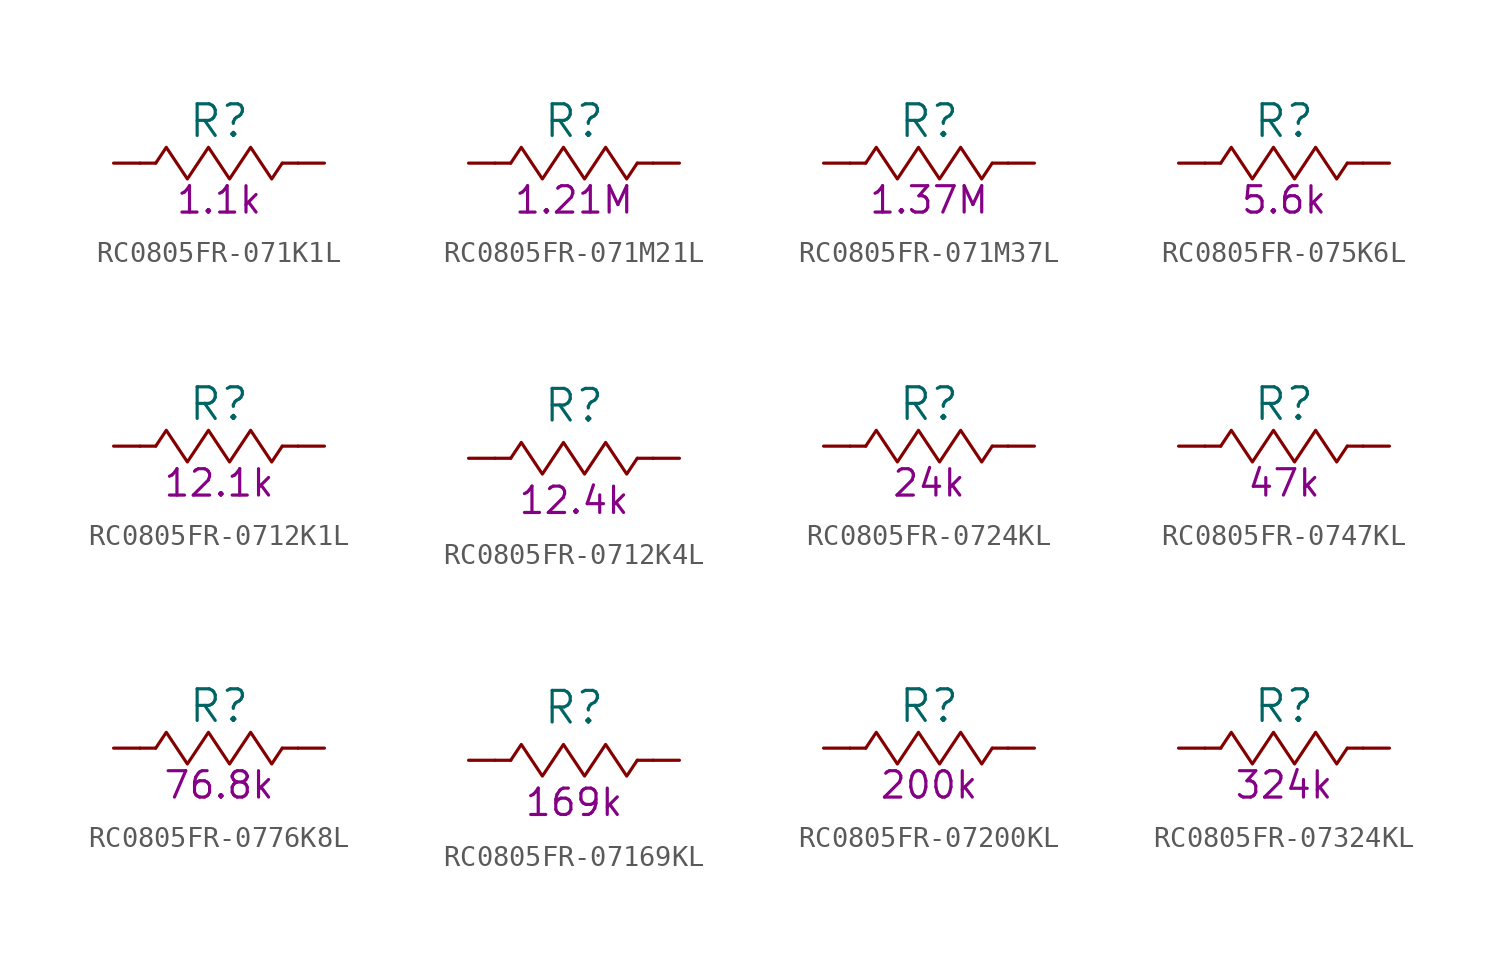
<source format=kicad_sym>
(kicad_symbol_lib
  (version 20220914)
  (generator kicad_symbol_editor)
  (symbol "RC0805FR-071K1L"
    (pin_numbers hide)
    (pin_names
      (offset 0) hide)
    (property "Reference" "R"
      (at 0 2.032 0)
      (effects (font (size 1.524 1.524))))
    (property "Resistance (Ohms)" "1.1k"
      (at 0 -1.778 0)
      (effects (font (size 1.27 1.27))))
    (symbol "RC0805FR-071K1L_0_1"
      (rectangle (start -3.048 0) (end -3.81 0) (stroke (width 0) (type default)) (fill (type none)))
      (polyline (pts (xy -3.048 0) (xy -2.54 0.762) (xy -2.032 0) (xy -1.524 -0.762) (xy -1.016 0) (xy -0.508 0.762) (xy 0 0) (xy 0.508 -0.762) (xy 1.016 0) (xy 1.524 0.762) (xy 2.032 0) (xy 2.54 -0.762) (xy 3.048 0)) (stroke (width 0) (type default)) (fill (type none)))
      (rectangle (start 3.81 0) (end 3.048 0) (stroke (width 0) (type default)) (fill (type none))))
    (symbol "RC0805FR-071K1L_1_1"
      (pin passive line (at -5.08 0 0) (length 1.27) (name "1" (effects (font (size 1.27 1.27)))) (number "1" (effects (font (size 1.27 1.27)))))
      (pin passive line (at 5.08 0 180) (length 1.27) (name "2" (effects (font (size 1.27 1.27)))) (number "2" (effects (font (size 1.27 1.27)))))))
  (symbol "RC0805FR-071M21L"
    (pin_numbers hide)
    (pin_names
      (offset 0) hide)
    (property "Reference" "R"
      (at 0 2.032 0)
      (effects (font (size 1.524 1.524))))
    (property "Resistance (Ohms)" "1.21M"
      (at 0 -1.778 0)
      (effects (font (size 1.27 1.27))))
    (symbol "RC0805FR-071M21L_0_1"
      (rectangle (start -3.048 0) (end -3.81 0) (stroke (width 0) (type default)) (fill (type none)))
      (polyline (pts (xy -3.048 0) (xy -2.54 0.762) (xy -2.032 0) (xy -1.524 -0.762) (xy -1.016 0) (xy -0.508 0.762) (xy 0 0) (xy 0.508 -0.762) (xy 1.016 0) (xy 1.524 0.762) (xy 2.032 0) (xy 2.54 -0.762) (xy 3.048 0)) (stroke (width 0) (type default)) (fill (type none)))
      (rectangle (start 3.81 0) (end 3.048 0) (stroke (width 0) (type default)) (fill (type none))))
    (symbol "RC0805FR-071M21L_1_1"
      (pin passive line (at -5.08 0 0) (length 1.27) (name "1" (effects (font (size 1.27 1.27)))) (number "1" (effects (font (size 1.27 1.27)))))
      (pin passive line (at 5.08 0 180) (length 1.27) (name "2" (effects (font (size 1.27 1.27)))) (number "2" (effects (font (size 1.27 1.27)))))))
  (symbol "RC0805FR-071M37L"
    (pin_numbers hide)
    (pin_names
      (offset 0) hide)
    (property "Reference" "R"
      (at 0 2.032 0)
      (effects (font (size 1.524 1.524))))
    (property "Resistance (Ohms)" "1.37M"
      (at 0 -1.778 0)
      (effects (font (size 1.27 1.27))))
    (symbol "RC0805FR-071M37L_0_1"
      (rectangle (start -3.048 0) (end -3.81 0) (stroke (width 0) (type default)) (fill (type none)))
      (polyline (pts (xy -3.048 0) (xy -2.54 0.762) (xy -2.032 0) (xy -1.524 -0.762) (xy -1.016 0) (xy -0.508 0.762) (xy 0 0) (xy 0.508 -0.762) (xy 1.016 0) (xy 1.524 0.762) (xy 2.032 0) (xy 2.54 -0.762) (xy 3.048 0)) (stroke (width 0) (type default)) (fill (type none)))
      (rectangle (start 3.81 0) (end 3.048 0) (stroke (width 0) (type default)) (fill (type none))))
    (symbol "RC0805FR-071M37L_1_1"
      (pin passive line (at -5.08 0 0) (length 1.27) (name "1" (effects (font (size 1.27 1.27)))) (number "1" (effects (font (size 1.27 1.27)))))
      (pin passive line (at 5.08 0 180) (length 1.27) (name "2" (effects (font (size 1.27 1.27)))) (number "2" (effects (font (size 1.27 1.27)))))))
  (symbol "RC0805FR-075K6L"
    (pin_numbers hide)
    (pin_names
      (offset 0) hide)
    (property "Reference" "R"
      (at 0 2.032 0)
      (effects (font (size 1.524 1.524))))
    (property "Resistance (Ohms)" "5.6k"
      (at 0 -1.778 0)
      (effects (font (size 1.27 1.27))))
    (symbol "RC0805FR-075K6L_0_1"
      (rectangle (start -3.048 0) (end -3.81 0) (stroke (width 0) (type default)) (fill (type none)))
      (polyline (pts (xy -3.048 0) (xy -2.54 0.762) (xy -2.032 0) (xy -1.524 -0.762) (xy -1.016 0) (xy -0.508 0.762) (xy 0 0) (xy 0.508 -0.762) (xy 1.016 0) (xy 1.524 0.762) (xy 2.032 0) (xy 2.54 -0.762) (xy 3.048 0)) (stroke (width 0) (type default)) (fill (type none)))
      (rectangle (start 3.81 0) (end 3.048 0) (stroke (width 0) (type default)) (fill (type none))))
    (symbol "RC0805FR-075K6L_1_1"
      (pin passive line (at -5.08 0 0) (length 1.27) (name "1" (effects (font (size 1.27 1.27)))) (number "1" (effects (font (size 1.27 1.27)))))
      (pin passive line (at 5.08 0 180) (length 1.27) (name "2" (effects (font (size 1.27 1.27)))) (number "2" (effects (font (size 1.27 1.27)))))))
  (symbol "RC0805FR-0712K1L"
    (pin_numbers hide)
    (pin_names
      (offset 0) hide)
    (property "Reference" "R"
      (at 0 2.032 0)
      (effects (font (size 1.524 1.524))))
    (property "Resistance (Ohms)" "12.1k"
      (at 0 -1.778 0)
      (effects (font (size 1.27 1.27))))
    (symbol "RC0805FR-0712K1L_0_1"
      (rectangle (start -3.048 0) (end -3.81 0) (stroke (width 0) (type default)) (fill (type none)))
      (polyline (pts (xy -3.048 0) (xy -2.54 0.762) (xy -2.032 0) (xy -1.524 -0.762) (xy -1.016 0) (xy -0.508 0.762) (xy 0 0) (xy 0.508 -0.762) (xy 1.016 0) (xy 1.524 0.762) (xy 2.032 0) (xy 2.54 -0.762) (xy 3.048 0)) (stroke (width 0) (type default)) (fill (type none)))
      (rectangle (start 3.81 0) (end 3.048 0) (stroke (width 0) (type default)) (fill (type none))))
    (symbol "RC0805FR-0712K1L_1_1"
      (pin passive line (at -5.08 0 0) (length 1.27) (name "1" (effects (font (size 1.27 1.27)))) (number "1" (effects (font (size 1.27 1.27)))))
      (pin passive line (at 5.08 0 180) (length 1.27) (name "2" (effects (font (size 1.27 1.27)))) (number "2" (effects (font (size 1.27 1.27)))))))
  (symbol "RC0805FR-0712K4L"
    (pin_numbers hide)
    (pin_names
      (offset 0) hide)
    (property "Reference" "R"
      (at 0 2.54 0)
      (effects (font (size 1.524 1.524))))
    (property "Resistance (Ohms)" "12.4k"
      (at 0 -2.032 0)
      (effects (font (size 1.27 1.27))))
    (symbol "RC0805FR-0712K4L_0_1"
      (rectangle (start -3.81 0) (end -3.048 0) (stroke (width 0) (type default)) (fill (type none)))
      (rectangle (start 3.81 0) (end 3.048 0) (stroke (width 0) (type default)) (fill (type none))))
    (symbol "RC0805FR-0712K4L_1_1"
      (polyline (pts (xy -3.048 0) (xy -2.54 0.762) (xy -2.032 0) (xy -1.524 -0.762) (xy -1.016 0) (xy -0.508 0.762) (xy 0 0) (xy 0.508 -0.762) (xy 1.016 0) (xy 1.524 0.762) (xy 2.032 0) (xy 2.54 -0.762) (xy 3.048 0)) (stroke (width 0) (type default)) (fill (type none)))
      (pin passive line (at -5.08 0 0) (length 1.27) (name "1" (effects (font (size 1.27 1.27)))) (number "1" (effects (font (size 1.27 1.27)))))
      (pin passive line (at 5.08 0 180) (length 1.27) (name "2" (effects (font (size 1.27 1.27)))) (number "2" (effects (font (size 1.27 1.27)))))))
  (symbol "RC0805FR-0724KL"
    (pin_numbers hide)
    (pin_names
      (offset 0) hide)
    (property "Reference" "R"
      (at 0 2.032 0)
      (effects (font (size 1.524 1.524))))
    (property "Resistance (Ohms)" "24k"
      (at 0 -1.778 0)
      (effects (font (size 1.27 1.27))))
    (symbol "RC0805FR-0724KL_0_1"
      (rectangle (start -3.048 0) (end -3.81 0) (stroke (width 0) (type default)) (fill (type none)))
      (polyline (pts (xy -3.048 0) (xy -2.54 0.762) (xy -2.032 0) (xy -1.524 -0.762) (xy -1.016 0) (xy -0.508 0.762) (xy 0 0) (xy 0.508 -0.762) (xy 1.016 0) (xy 1.524 0.762) (xy 2.032 0) (xy 2.54 -0.762) (xy 3.048 0)) (stroke (width 0) (type default)) (fill (type none)))
      (rectangle (start 3.81 0) (end 3.048 0) (stroke (width 0) (type default)) (fill (type none))))
    (symbol "RC0805FR-0724KL_1_1"
      (pin passive line (at -5.08 0 0) (length 1.27) (name "1" (effects (font (size 1.27 1.27)))) (number "1" (effects (font (size 1.27 1.27)))))
      (pin passive line (at 5.08 0 180) (length 1.27) (name "2" (effects (font (size 1.27 1.27)))) (number "2" (effects (font (size 1.27 1.27)))))))
  (symbol "RC0805FR-0747KL"
    (pin_numbers hide)
    (pin_names
      (offset 0) hide)
    (property "Reference" "R"
      (at 0 2.032 0)
      (effects (font (size 1.524 1.524))))
    (property "Resistance (Ohms)" "47k"
      (at 0 -1.778 0)
      (effects (font (size 1.27 1.27))))
    (symbol "RC0805FR-0747KL_0_1"
      (rectangle (start -3.048 0) (end -3.81 0) (stroke (width 0) (type default)) (fill (type none)))
      (polyline (pts (xy -3.048 0) (xy -2.54 0.762) (xy -2.032 0) (xy -1.524 -0.762) (xy -1.016 0) (xy -0.508 0.762) (xy 0 0) (xy 0.508 -0.762) (xy 1.016 0) (xy 1.524 0.762) (xy 2.032 0) (xy 2.54 -0.762) (xy 3.048 0)) (stroke (width 0) (type default)) (fill (type none)))
      (rectangle (start 3.81 0) (end 3.048 0) (stroke (width 0) (type default)) (fill (type none))))
    (symbol "RC0805FR-0747KL_1_1"
      (pin passive line (at -5.08 0 0) (length 1.27) (name "1" (effects (font (size 1.27 1.27)))) (number "1" (effects (font (size 1.27 1.27)))))
      (pin passive line (at 5.08 0 180) (length 1.27) (name "2" (effects (font (size 1.27 1.27)))) (number "2" (effects (font (size 1.27 1.27)))))))
  (symbol "RC0805FR-0776K8L"
    (pin_numbers hide)
    (pin_names
      (offset 0) hide)
    (property "Reference" "R"
      (at 0 2.032 0)
      (effects (font (size 1.524 1.524))))
    (property "Resistance (Ohms)" "76.8k"
      (at 0 -1.778 0)
      (effects (font (size 1.27 1.27))))
    (symbol "RC0805FR-0776K8L_0_1"
      (rectangle (start -3.048 0) (end -3.81 0) (stroke (width 0) (type default)) (fill (type none)))
      (polyline (pts (xy -3.048 0) (xy -2.54 0.762) (xy -2.032 0) (xy -1.524 -0.762) (xy -1.016 0) (xy -0.508 0.762) (xy 0 0) (xy 0.508 -0.762) (xy 1.016 0) (xy 1.524 0.762) (xy 2.032 0) (xy 2.54 -0.762) (xy 3.048 0)) (stroke (width 0) (type default)) (fill (type none)))
      (rectangle (start 3.81 0) (end 3.048 0) (stroke (width 0) (type default)) (fill (type none))))
    (symbol "RC0805FR-0776K8L_1_1"
      (pin passive line (at -5.08 0 0) (length 1.27) (name "1" (effects (font (size 1.27 1.27)))) (number "1" (effects (font (size 1.27 1.27)))))
      (pin passive line (at 5.08 0 180) (length 1.27) (name "2" (effects (font (size 1.27 1.27)))) (number "2" (effects (font (size 1.27 1.27)))))))
  (symbol "RC0805FR-07169KL"
    (pin_numbers hide)
    (pin_names
      (offset 0) hide)
    (property "Reference" "R"
      (at 0 2.54 0)
      (effects (font (size 1.524 1.524))))
    (property "Resistance (Ohms)" "169k"
      (at 0 -2.032 0)
      (effects (font (size 1.27 1.27))))
    (symbol "RC0805FR-07169KL_0_1"
      (rectangle (start -3.81 0) (end -3.048 0) (stroke (width 0) (type default)) (fill (type none)))
      (rectangle (start 3.81 0) (end 3.048 0) (stroke (width 0) (type default)) (fill (type none))))
    (symbol "RC0805FR-07169KL_1_1"
      (polyline (pts (xy -3.048 0) (xy -2.54 0.762) (xy -2.032 0) (xy -1.524 -0.762) (xy -1.016 0) (xy -0.508 0.762) (xy 0 0) (xy 0.508 -0.762) (xy 1.016 0) (xy 1.524 0.762) (xy 2.032 0) (xy 2.54 -0.762) (xy 3.048 0)) (stroke (width 0) (type default)) (fill (type none)))
      (pin passive line (at -5.08 0 0) (length 1.27) (name "1" (effects (font (size 1.27 1.27)))) (number "1" (effects (font (size 1.27 1.27)))))
      (pin passive line (at 5.08 0 180) (length 1.27) (name "2" (effects (font (size 1.27 1.27)))) (number "2" (effects (font (size 1.27 1.27)))))))
  (symbol "RC0805FR-07200KL"
    (pin_numbers hide)
    (pin_names
      (offset 0) hide)
    (property "Reference" "R"
      (at 0 2.032 0)
      (effects (font (size 1.524 1.524))))
    (property "Resistance (Ohms)" "200k"
      (at 0 -1.778 0)
      (effects (font (size 1.27 1.27))))
    (symbol "RC0805FR-07200KL_0_1"
      (rectangle (start -3.048 0) (end -3.81 0) (stroke (width 0) (type default)) (fill (type none)))
      (polyline (pts (xy -3.048 0) (xy -2.54 0.762) (xy -2.032 0) (xy -1.524 -0.762) (xy -1.016 0) (xy -0.508 0.762) (xy 0 0) (xy 0.508 -0.762) (xy 1.016 0) (xy 1.524 0.762) (xy 2.032 0) (xy 2.54 -0.762) (xy 3.048 0)) (stroke (width 0) (type default)) (fill (type none)))
      (rectangle (start 3.81 0) (end 3.048 0) (stroke (width 0) (type default)) (fill (type none))))
    (symbol "RC0805FR-07200KL_1_1"
      (pin passive line (at -5.08 0 0) (length 1.27) (name "1" (effects (font (size 1.27 1.27)))) (number "1" (effects (font (size 1.27 1.27)))))
      (pin passive line (at 5.08 0 180) (length 1.27) (name "2" (effects (font (size 1.27 1.27)))) (number "2" (effects (font (size 1.27 1.27)))))))
  (symbol "RC0805FR-07324KL"
    (pin_numbers hide)
    (pin_names
      (offset 0) hide)
    (property "Reference" "R"
      (at 0 2.032 0)
      (effects (font (size 1.524 1.524))))
    (property "Resistance (Ohms)" "324k"
      (at 0 -1.778 0)
      (effects (font (size 1.27 1.27))))
    (symbol "RC0805FR-07324KL_0_1"
      (rectangle (start -3.048 0) (end -3.81 0) (stroke (width 0) (type default)) (fill (type none)))
      (polyline (pts (xy -3.048 0) (xy -2.54 0.762) (xy -2.032 0) (xy -1.524 -0.762) (xy -1.016 0) (xy -0.508 0.762) (xy 0 0) (xy 0.508 -0.762) (xy 1.016 0) (xy 1.524 0.762) (xy 2.032 0) (xy 2.54 -0.762) (xy 3.048 0)) (stroke (width 0) (type default)) (fill (type none)))
      (rectangle (start 3.81 0) (end 3.048 0) (stroke (width 0) (type default)) (fill (type none))))
    (symbol "RC0805FR-07324KL_1_1"
      (pin passive line (at -5.08 0 0) (length 1.27) (name "1" (effects (font (size 1.27 1.27)))) (number "1" (effects (font (size 1.27 1.27)))))
      (pin passive line (at 5.08 0 180) (length 1.27) (name "2" (effects (font (size 1.27 1.27)))) (number "2" (effects (font (size 1.27 1.27))))))))
</source>
